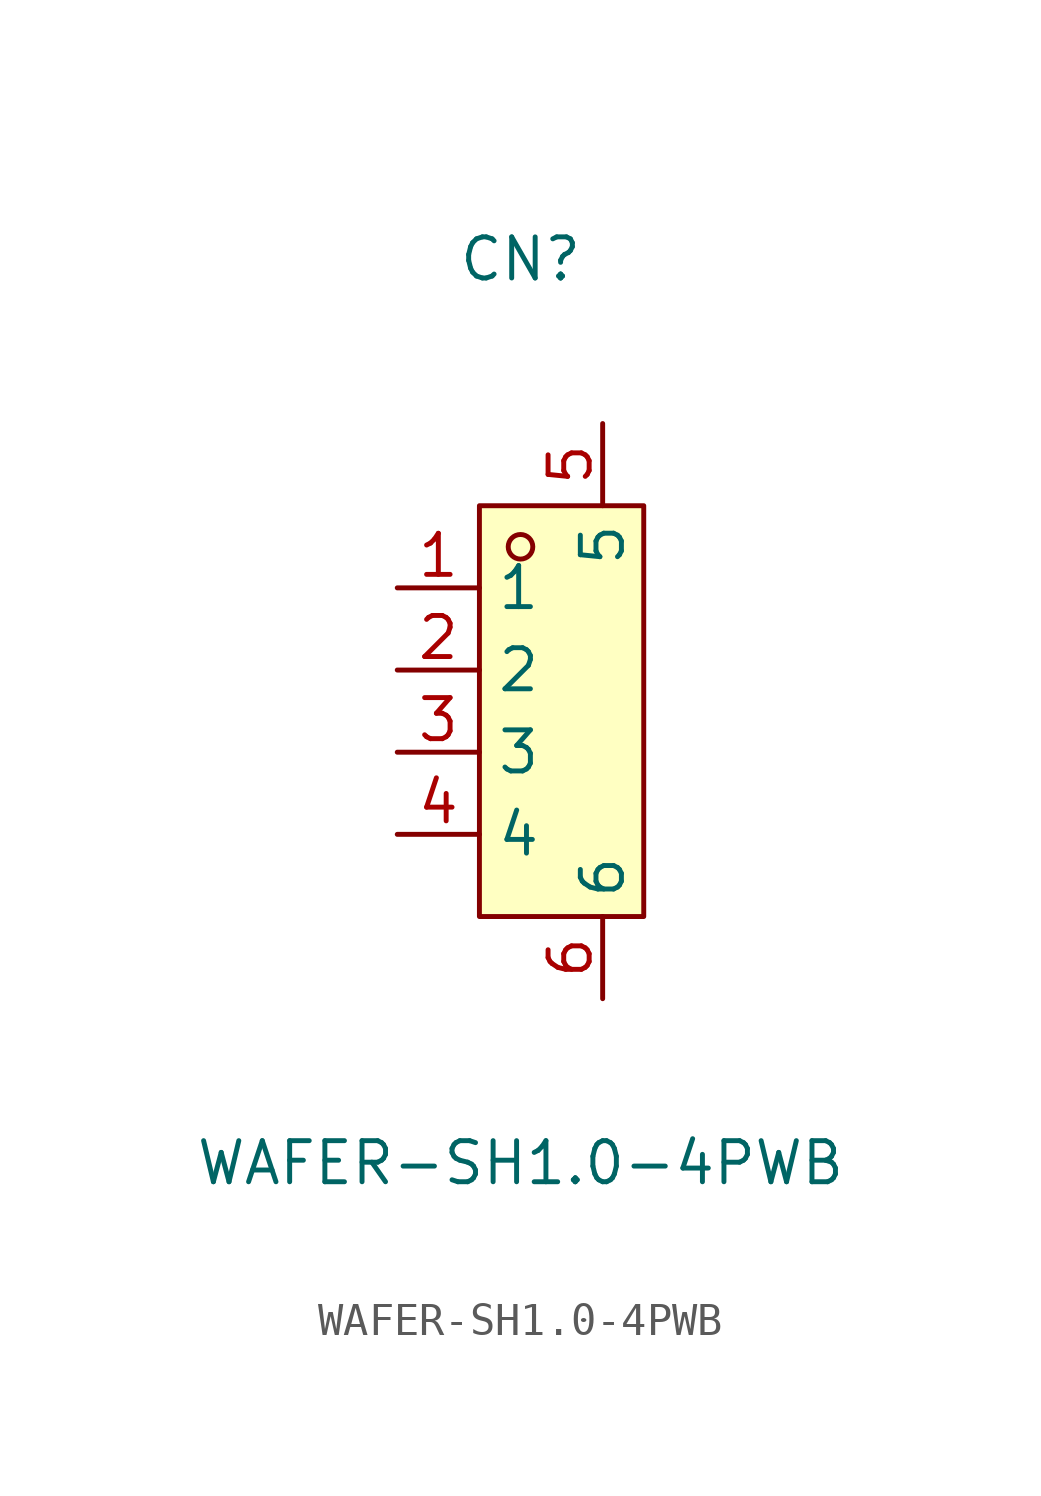
<source format=kicad_sym>
(kicad_symbol_lib
  (version 20231120)
  (generator "kicad_symbol_editor")
  (generator_version "8.0")
  (symbol "WAFER-SH1.0-4PWB"
    (property "Reference" "CN"
      (at 0 13.97 0)
      (effects (font (size 1.27 1.27))))
    (property "Value" "WAFER-SH1.0-4PWB"
      (at 0 -13.97 0)
      (effects (font (size 1.27 1.27))))
    (symbol "WAFER-SH1.0-4PWB_0_1"
      (rectangle (start -1.27 6.35) (end 3.81 -6.35) (stroke (width 0) (type default)) (fill (type background)))
      (circle (center 0 5.08) (radius 0.38) (stroke (width 0) (type default)) (fill (type none)))
      (pin unspecified line (at -3.81 3.81 0) (length 2.54) (name "1" (effects (font (size 1.27 1.27)))) (number "1" (effects (font (size 1.27 1.27)))))
      (pin unspecified line (at -3.81 1.27 0) (length 2.54) (name "2" (effects (font (size 1.27 1.27)))) (number "2" (effects (font (size 1.27 1.27)))))
      (pin unspecified line (at -3.81 -1.27 0) (length 2.54) (name "3" (effects (font (size 1.27 1.27)))) (number "3" (effects (font (size 1.27 1.27)))))
      (pin unspecified line (at -3.81 -3.81 0) (length 2.54) (name "4" (effects (font (size 1.27 1.27)))) (number "4" (effects (font (size 1.27 1.27)))))
      (pin unspecified line (at 2.54 8.89 270) (length 2.54) (name "5" (effects (font (size 1.27 1.27)))) (number "5" (effects (font (size 1.27 1.27)))))
      (pin unspecified line (at 2.54 -8.89 90) (length 2.54) (name "6" (effects (font (size 1.27 1.27)))) (number "6" (effects (font (size 1.27 1.27))))))))
</source>
